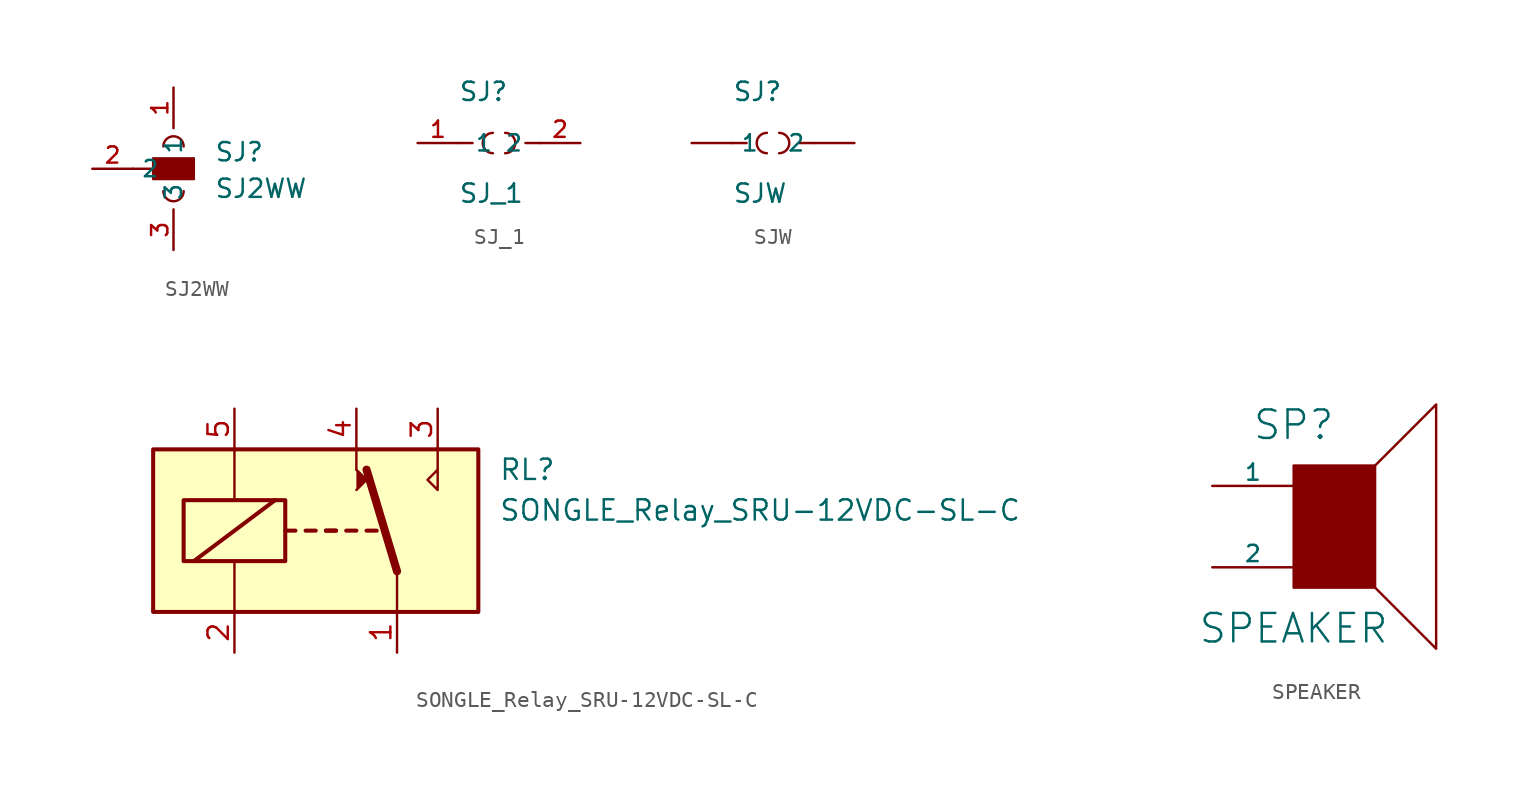
<source format=kicad_sym>
(kicad_symbol_lib
  (version 20201005)
  (generator kicad_symbol_editor)
  (symbol "Zimprich:SJ2WW"
    (property "Reference" "SJ"
      (at 2.54 0.381 0)
      (effects (font (size 1.143 1.143)) (justify left bottom)))
    (property "Value" "SJ2WW"
      (at 2.54 -1.905 0)
      (effects (font (size 1.143 1.143)) (justify left bottom)))
    (symbol "SJ2WW_1_0"
      (polyline (pts (xy -2.54 0) (xy -1.27 0)) (stroke (width 0)) (fill (type none)))
      (polyline (pts (xy -1.27 -0.635) (xy -1.27 0)) (stroke (width 0)) (fill (type none)))
      (polyline (pts (xy -1.27 0) (xy -1.27 0.635)) (stroke (width 0)) (fill (type none)))
      (polyline (pts (xy -1.27 0.635) (xy 1.27 0.635)) (stroke (width 0)) (fill (type none)))
      (polyline (pts (xy 1.27 -0.635) (xy -1.27 -0.635)) (stroke (width 0)) (fill (type none)))
      (polyline (pts (xy 1.27 0.635) (xy 1.27 -0.635)) (stroke (width 0)) (fill (type none))))
    (symbol "SJ2WW_1_1"
      (arc (start -0.635 -1.397) (end 0.635 -1.397) (radius (at 0 -1.397) (length 0.635) (angles -179.9 -0.1)) (stroke (width 0)) (fill (type none)))
      (arc (start 0.635 1.397) (end -0.635 1.397) (radius (at 0 1.397) (length 0.635) (angles 0.1 179.9)) (stroke (width 0)) (fill (type none)))
      (rectangle (start -1.27 -0.635) (end 1.27 0.635) (stroke (width 0)) (fill (type outline)))
      (pin passive line (at 0 5.08 270) (length 2.54) (name "1" (effects (font (size 1.016 1.016)))) (number "1" (effects (font (size 1.016 1.016)))))
      (pin passive line (at -5.08 0 0) (length 2.54) (name "2" (effects (font (size 1.016 1.016)))) (number "2" (effects (font (size 1.016 1.016)))))
      (pin passive line (at 0 -5.08 90) (length 2.54) (name "3" (effects (font (size 1.016 1.016)))) (number "3" (effects (font (size 1.016 1.016)))))))
  (symbol "Zimprich:SJ_1"
    (pin_names
      (offset 1.016))
    (property "Reference" "SJ"
      (at -2.54 2.54 0)
      (effects (font (size 1.143 1.143)) (justify left bottom)))
    (property "Value" "SJ_1"
      (at -2.54 -3.81 0)
      (effects (font (size 1.143 1.143)) (justify left bottom)))
    (symbol "SJ_1_1_0"
      (polyline (pts (xy -2.54 0) (xy -1.651 0)) (stroke (width 0)) (fill (type none)))
      (polyline (pts (xy 2.54 0) (xy 1.651 0)) (stroke (width 0)) (fill (type none))))
    (symbol "SJ_1_1_1"
      (arc (start -0.381 0.635) (end -0.381 -0.635) (radius (at -0.381 0) (length 0.635) (angles 90.1 -90.1)) (stroke (width 0)) (fill (type none)))
      (arc (start 0.381 -0.635) (end 0.381 0.635) (radius (at 0.381 0) (length 0.635) (angles -89.9 89.9)) (stroke (width 0)) (fill (type none)))
      (pin passive line (at -5.08 0 0) (length 2.54) (name "1" (effects (font (size 1.016 1.016)))) (number "1" (effects (font (size 1.016 1.016)))))
      (pin passive line (at 5.08 0 180) (length 2.54) (name "2" (effects (font (size 1.016 1.016)))) (number "2" (effects (font (size 1.016 1.016)))))))
  (symbol "Zimprich:SJW"
    (pin_numbers hide)
    (property "Reference" "SJ"
      (at -2.54 2.54 0)
      (effects (font (size 1.143 1.143)) (justify left bottom)))
    (property "Value" "SJW"
      (at -2.54 -3.81 0)
      (effects (font (size 1.143 1.143)) (justify left bottom)))
    (property "ki_locked" ""
      (at 0 0 0)
      (effects (font (size 1.27 1.27))))
    (symbol "SJW_1_0"
      (polyline (pts (xy -2.54 0) (xy -1.651 0)) (stroke (width 0)) (fill (type none)))
      (polyline (pts (xy 2.54 0) (xy 1.651 0)) (stroke (width 0)) (fill (type none))))
    (symbol "SJW_1_1"
      (arc (start -0.381 0.635) (end -0.381 -0.635) (radius (at -0.381 0) (length 0.635) (angles 90.1 -90.1)) (stroke (width 0)) (fill (type none)))
      (arc (start 0.381 -0.635) (end 0.381 0.635) (radius (at 0.381 0) (length 0.635) (angles -89.9 89.9)) (stroke (width 0)) (fill (type none)))
      (pin passive line (at -5.08 0 0) (length 2.54) (name "1" (effects (font (size 1.016 1.016)))) (number "1" (effects (font (size 1.016 1.016)))))
      (pin passive line (at 5.08 0 180) (length 2.54) (name "2" (effects (font (size 1.016 1.016)))) (number "2" (effects (font (size 1.016 1.016)))))))
  (symbol "Zimprich:SONGLE_Relay_SRU-12VDC-SL-C"
    (property "Reference" "RL"
      (at 16.51 8.89 0)
      (effects (font (size 1.27 1.27)) (justify left)))
    (property "Value" "SONGLE_Relay_SRU-12VDC-SL-C"
      (at 16.51 6.35 0)
      (effects (font (size 1.27 1.27)) (justify left)))
    (symbol "SONGLE_Relay_SRU-12VDC-SL-C_0_0"
      (polyline (pts (xy 7.62 8.89) (xy 7.62 10.16)) (stroke (width 0)) (fill (type none)))
      (polyline (pts (xy 12.7 8.89) (xy 12.7 10.16)) (stroke (width 0)) (fill (type none)))
      (polyline (pts (xy 12.7 8.89) (xy 12.7 7.62) (xy 12.065 8.255) (xy 12.7 8.89)) (stroke (width 0)) (fill (type none))))
    (symbol "SONGLE_Relay_SRU-12VDC-SL-C_0_1"
      (rectangle (start -5.08 10.16) (end 15.24 0) (stroke (width 0.254)) (fill (type background)))
      (rectangle (start -3.175 6.985) (end 3.175 3.175) (stroke (width 0.254)) (fill (type none)))
      (polyline (pts (xy -2.54 3.175) (xy 2.54 6.985)) (stroke (width 0.254)) (fill (type none)))
      (polyline (pts (xy 0 0) (xy 0 3.175)) (stroke (width 0)) (fill (type none)))
      (polyline (pts (xy 0 10.16) (xy 0 6.985)) (stroke (width 0)) (fill (type none)))
      (polyline (pts (xy 3.175 5.08) (xy 3.81 5.08)) (stroke (width 0.254)) (fill (type none)))
      (polyline (pts (xy 4.445 5.08) (xy 5.08 5.08)) (stroke (width 0.254)) (fill (type none)))
      (polyline (pts (xy 5.715 5.08) (xy 6.35 5.08)) (stroke (width 0.254)) (fill (type none)))
      (polyline (pts (xy 5.715 5.08) (xy 6.35 5.08)) (stroke (width 0.254)) (fill (type none)))
      (polyline (pts (xy 6.985 5.08) (xy 7.62 5.08)) (stroke (width 0.254)) (fill (type none)))
      (polyline (pts (xy 8.255 5.08) (xy 8.89 5.08)) (stroke (width 0.254)) (fill (type none)))
      (polyline (pts (xy 10.16 2.54) (xy 8.255 8.89)) (stroke (width 0.508)) (fill (type none)))
      (polyline (pts (xy 10.16 2.54) (xy 10.16 0)) (stroke (width 0)) (fill (type none)))
      (polyline (pts (xy 7.62 7.62) (xy 8.255 8.255) (xy 7.62 8.89)) (stroke (width 0)) (fill (type outline))))
    (symbol "SONGLE_Relay_SRU-12VDC-SL-C_1_1"
      (pin passive line (at 10.16 -2.54 90) (length 2.54) (name "~" (effects (font (size 1.27 1.27)))) (number "1" (effects (font (size 1.27 1.27)))))
      (pin passive line (at 0 -2.54 90) (length 2.54) (name "~" (effects (font (size 1.27 1.27)))) (number "2" (effects (font (size 1.27 1.27)))))
      (pin passive line (at 12.7 12.7 270) (length 2.54) (name "~" (effects (font (size 1.27 1.27)))) (number "3" (effects (font (size 1.27 1.27)))))
      (pin passive line (at 7.62 12.7 270) (length 2.54) (name "~" (effects (font (size 1.27 1.27)))) (number "4" (effects (font (size 1.27 1.27)))))
      (pin passive line (at 0 12.7 270) (length 2.54) (name "~" (effects (font (size 1.27 1.27)))) (number "5" (effects (font (size 1.27 1.27)))))))
  (symbol "Zimprich:SPEAKER"
    (pin_numbers hide)
    (pin_names
      (offset 0))
    (property "Reference" "SP"
      (at -2.54 6.35 0)
      (effects (font (size 1.778 1.778))))
    (property "Value" "SPEAKER"
      (at -2.54 -6.35 0)
      (effects (font (size 1.778 1.778))))
    (property "Footprint" ""
      (at 0 0 0)
      (effects (font (size 1.524 1.524))))
    (property "Datasheet" ""
      (at 0 0 0)
      (effects (font (size 1.524 1.524))))
    (symbol "SPEAKER_0_0"
      (polyline (pts (xy 2.54 3.81) (xy 6.35 7.62) (xy 6.35 -7.62) (xy 2.54 -3.81)) (stroke (width 0)) (fill (type none)))
      (polyline (pts (xy -2.54 3.81) (xy 2.54 3.81) (xy 2.54 -3.81) (xy -2.54 -3.81) (xy -2.54 3.81)) (stroke (width 0)) (fill (type outline))))
    (symbol "SPEAKER_1_1"
      (pin input line (at -7.62 2.54 0) (length 5.08) (name "1" (effects (font (size 1.016 1.016)))) (number "1" (effects (font (size 1.016 1.016)))))
      (pin input line (at -7.62 -2.54 0) (length 5.08) (name "2" (effects (font (size 1.016 1.016)))) (number "2" (effects (font (size 1.016 1.016))))))))
</source>
